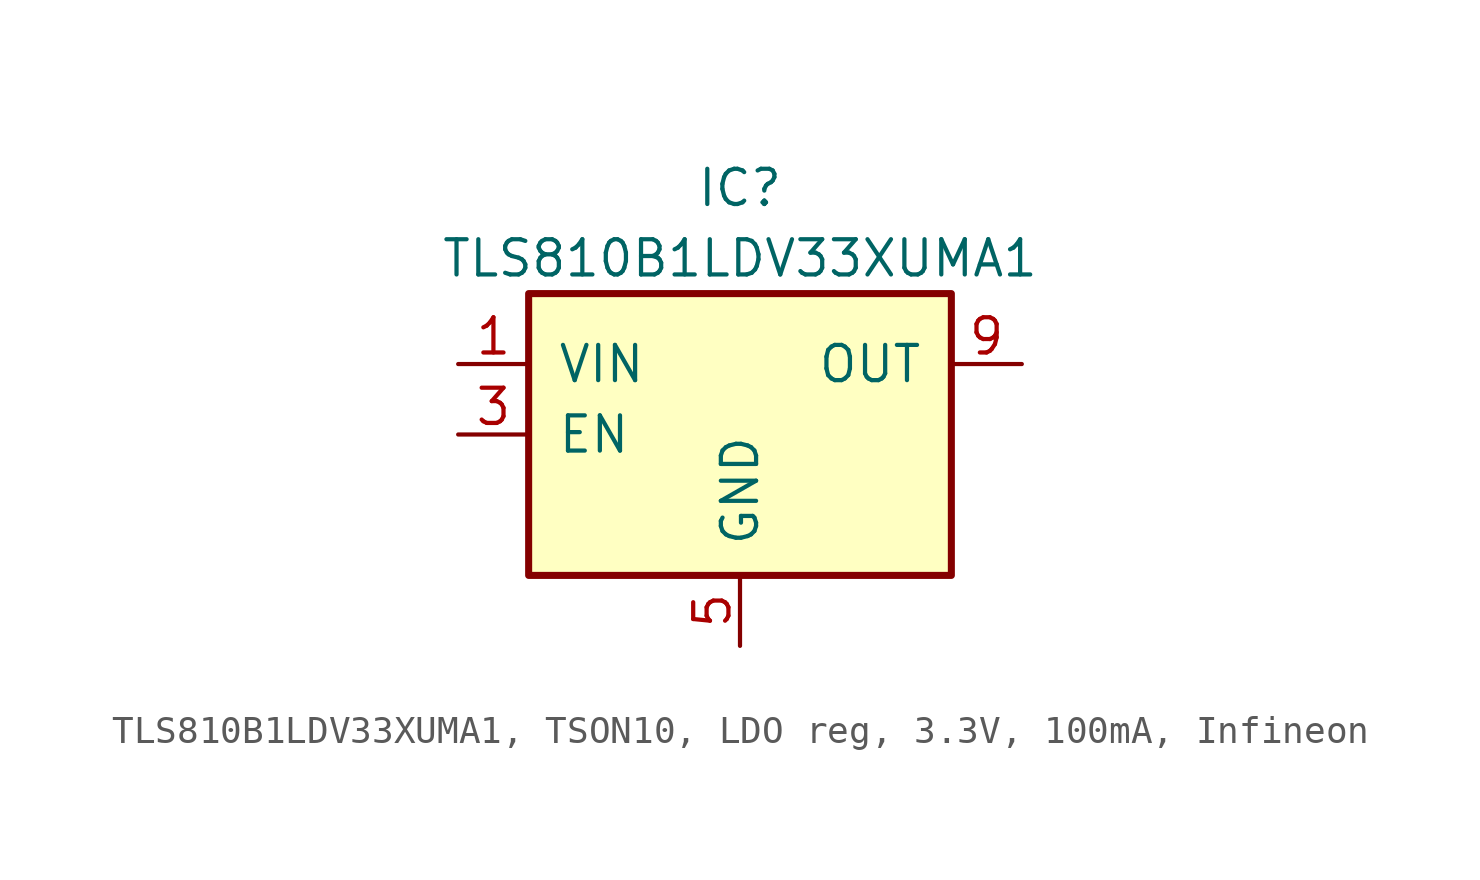
<source format=kicad_sym>
(kicad_symbol_lib
  (version 20241209)
  (generator "kicad_symbol_editor")
  (generator_version "9.0")
  (symbol "TLS810B1LDV33XUMA1, TSON10, LDO reg, 3.3V, 100mA, Infineon"
    (pin_names
      (offset 1.016))
    (property "Reference" "IC"
      (at 0 8.89 0)
      (effects (font (size 1.27 1.27))))
    (property "Value" "TLS810B1LDV33XUMA1"
      (at 0 6.35 0)
      (effects (font (size 1.27 1.27))))
    (symbol "TLS810B1LDV33XUMA1, TSON10, LDO reg, 3.3V, 100mA, Infineon_0_1"
      (rectangle (start -7.62 5.08) (end 7.62 -5.08) (stroke (width 0.254) (type default)) (fill (type background))))
    (symbol "TLS810B1LDV33XUMA1, TSON10, LDO reg, 3.3V, 100mA, Infineon_1_1"
      (pin power_in line (at -10.16 2.54 0) (length 2.54) (name "VIN" (effects (font (size 1.27 1.27)))) (number "1" (effects (font (size 1.27 1.27)))))
      (pin input line (at -10.16 0 0) (length 2.54) (name "EN" (effects (font (size 1.27 1.27)))) (number "3" (effects (font (size 1.27 1.27)))))
      (pin passive line (at 0 -7.62 90) (length 2.54) (name "GND" (effects (font (size 1.27 1.27)))) (number "5" (effects (font (size 1.27 1.27)))))
      (pin power_out line (at 10.16 2.54 180) (length 2.54) (name "OUT" (effects (font (size 1.27 1.27)))) (number "9" (effects (font (size 1.27 1.27))))))))
</source>
